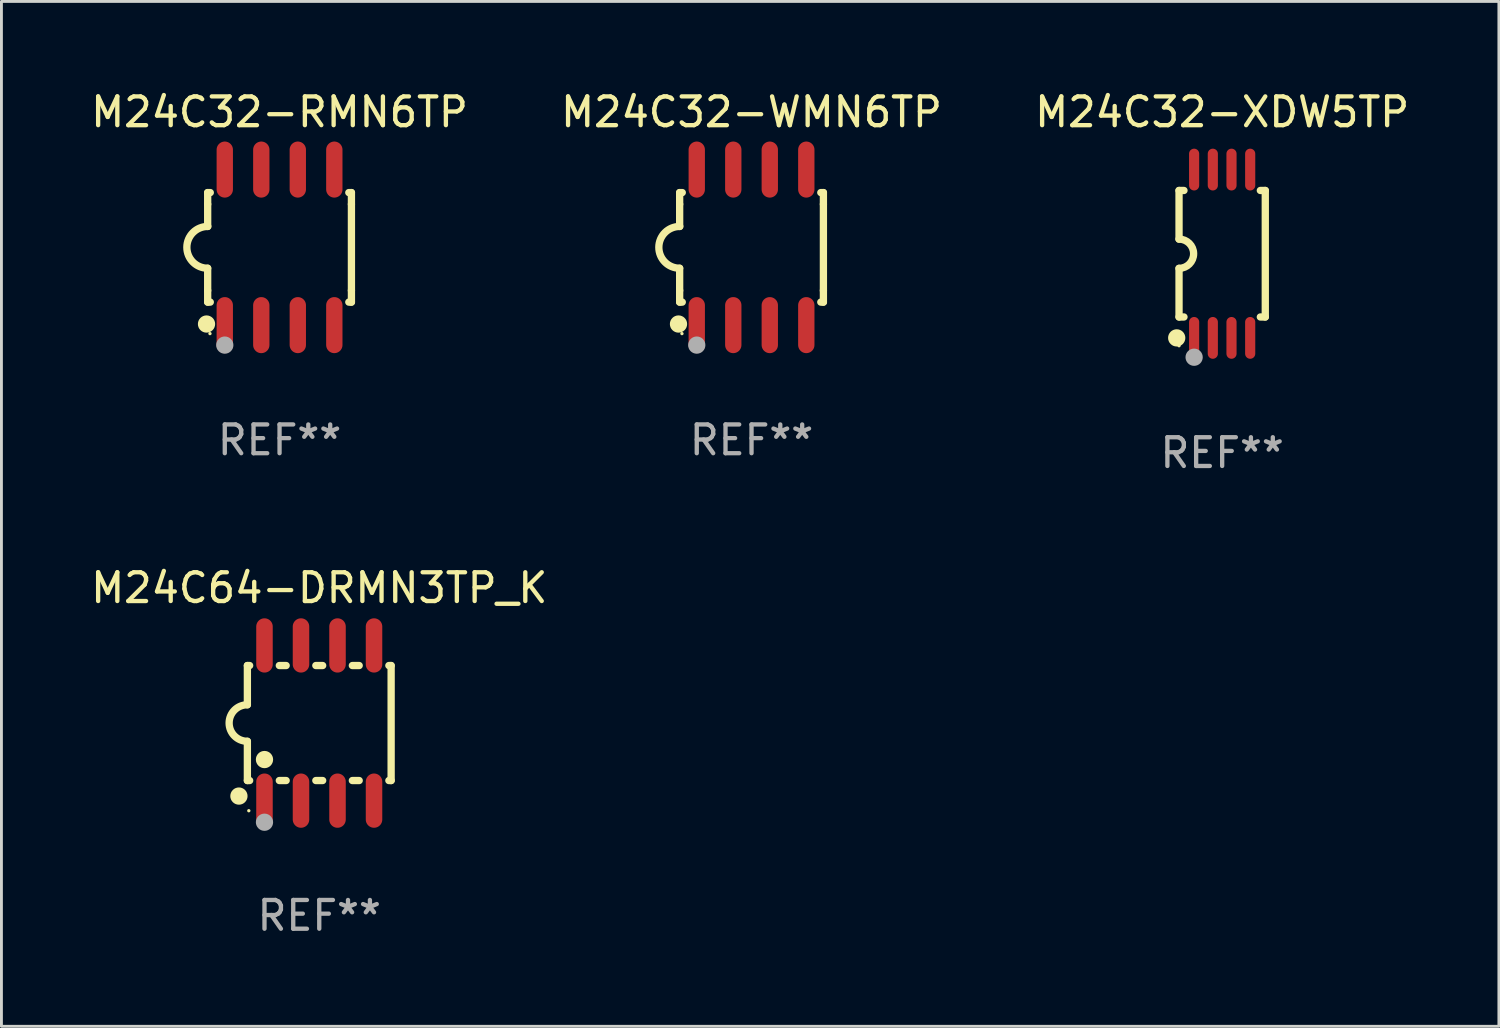
<source format=kicad_pcb>
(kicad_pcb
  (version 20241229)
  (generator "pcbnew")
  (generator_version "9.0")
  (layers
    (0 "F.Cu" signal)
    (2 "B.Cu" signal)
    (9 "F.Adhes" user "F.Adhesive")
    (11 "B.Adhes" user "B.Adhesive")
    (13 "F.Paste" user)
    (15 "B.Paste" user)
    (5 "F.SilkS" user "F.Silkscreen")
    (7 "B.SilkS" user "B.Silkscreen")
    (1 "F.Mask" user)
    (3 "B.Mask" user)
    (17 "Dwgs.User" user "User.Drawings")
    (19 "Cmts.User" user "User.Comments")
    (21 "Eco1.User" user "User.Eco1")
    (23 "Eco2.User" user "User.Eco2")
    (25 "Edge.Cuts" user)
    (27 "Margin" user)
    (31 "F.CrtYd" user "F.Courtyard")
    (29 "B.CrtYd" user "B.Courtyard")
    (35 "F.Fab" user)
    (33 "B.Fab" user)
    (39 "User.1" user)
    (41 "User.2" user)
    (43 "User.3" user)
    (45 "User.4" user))
  (footprint "M24C64-DRMN3TP_K"
    (layer "F.Cu")
    (at 8.054 22.098)
    (property "Reference" "M24C64-DRMN3TP_K" (at 0 -4.699 0) (layer "F.SilkS") (effects (font (size 1 1) (thickness 0.15))))
    (attr through_hole)
    (fp_line (start -2.5 -2) (end -2.5 -0.635) (stroke (width 0.254) (type solid)) (layer "F.SilkS"))
    (fp_line (start -2.5 -2) (end -2.421 -2) (stroke (width 0.254) (type solid)) (layer "F.SilkS"))
    (fp_line (start -2.5 2) (end -2.5 0.635) (stroke (width 0.254) (type solid)) (layer "F.SilkS"))
    (fp_line (start -2.5 2) (end -2.421 2) (stroke (width 0.254) (type solid)) (layer "F.SilkS"))
    (fp_line (start -1.389 -2) (end -1.151 -2) (stroke (width 0.254) (type solid)) (layer "F.SilkS"))
    (fp_line (start -1.389 2) (end -1.151 2) (stroke (width 0.254) (type solid)) (layer "F.SilkS"))
    (fp_line (start -0.119 -2) (end 0.119 -2) (stroke (width 0.254) (type solid)) (layer "F.SilkS"))
    (fp_line (start -0.119 2) (end 0.119 2) (stroke (width 0.254) (type solid)) (layer "F.SilkS"))
    (fp_line (start 1.151 -2) (end 1.389 -2) (stroke (width 0.254) (type solid)) (layer "F.SilkS"))
    (fp_line (start 1.151 2) (end 1.389 2) (stroke (width 0.254) (type solid)) (layer "F.SilkS"))
    (fp_line (start 2.421 -2) (end 2.5 -2) (stroke (width 0.254) (type solid)) (layer "F.SilkS"))
    (fp_line (start 2.421 2) (end 2.5 2) (stroke (width 0.254) (type solid)) (layer "F.SilkS"))
    (fp_line (start 2.5 -2) (end 2.5 2) (stroke (width 0.254) (type solid)) (layer "F.SilkS"))
    (fp_arc (start -2.5 0.635001) (mid -3.134366 -0.000318) (end -2.499365 -0.635001) (stroke (width 0.254001) (type solid)) (layer "F.SilkS"))
    (fp_circle (center -2.794 2.54) (end -2.644 2.54) (stroke (width 0.3) (type solid)) (fill no) (layer "F.SilkS"))
    (fp_circle (center -2.45 3.05) (end -2.42 3.05) (stroke (width 0.06) (type solid)) (fill no) (layer "F.SilkS"))
    (fp_circle (center -1.905 1.27) (end -1.755 1.27) (stroke (width 0.3) (type solid)) (fill no) (layer "F.SilkS"))
    (fp_circle (center -1.905 3.45) (end -1.755 3.45) (stroke (width 0.3) (type solid)) (fill no) (layer "F.Fab"))
    (fp_text user "REF**" (at 0 6.699 0) (layer "F.Fab") (effects (font (size 1 1) (thickness 0.15))))
    (pad "1" smd oval (at -1.905 2.699) (size 0.574 1.888) (layers "F.Cu" "F.Mask" "F.Paste"))
    (pad "2" smd oval (at -0.635 2.699) (size 0.574 1.888) (layers "F.Cu" "F.Mask" "F.Paste"))
    (pad "3" smd oval (at 0.635 2.699) (size 0.574 1.888) (layers "F.Cu" "F.Mask" "F.Paste"))
    (pad "4" smd oval (at 1.905 2.699) (size 0.574 1.888) (layers "F.Cu" "F.Mask" "F.Paste"))
    (pad "5" smd oval (at 1.905 -2.699) (size 0.574 1.888) (layers "F.Cu" "F.Mask" "F.Paste"))
    (pad "6" smd oval (at 0.635 -2.699) (size 0.574 1.888) (layers "F.Cu" "F.Mask" "F.Paste"))
    (pad "7" smd oval (at -0.635 -2.699) (size 0.574 1.888) (layers "F.Cu" "F.Mask" "F.Paste"))
    (pad "8" smd oval (at -1.905 -2.699) (size 0.574 1.888) (layers "F.Cu" "F.Mask" "F.Paste")))
  (footprint "M24C32-WMN6TP"
    (layer "F.Cu")
    (at 23.089 5.553)
    (property "Reference" "M24C32-WMN6TP" (at 0 -4.705 0) (layer "F.SilkS") (effects (font (size 1 1) (thickness 0.15))))
    (attr through_hole)
    (fp_line (start -2.5 -1.905) (end -2.409 -1.905) (stroke (width 0.254) (type solid)) (layer "F.SilkS"))
    (fp_line (start -2.5 -1.5) (end -2.5 -1.905) (stroke (width 0.254) (type solid)) (layer "F.SilkS"))
    (fp_line (start -2.5 -1.5) (end -2.5 -0.726) (stroke (width 0.254) (type solid)) (layer "F.SilkS"))
    (fp_line (start -2.5 1.5) (end -2.5 0.727) (stroke (width 0.254) (type solid)) (layer "F.SilkS"))
    (fp_line (start -2.5 1.5) (end -2.5 1.905) (stroke (width 0.254) (type solid)) (layer "F.SilkS"))
    (fp_line (start -2.5 1.905) (end -2.409 1.905) (stroke (width 0.254) (type solid)) (layer "F.SilkS"))
    (fp_line (start 2.5 -1.905) (end 2.409 -1.905) (stroke (width 0.254) (type solid)) (layer "F.SilkS"))
    (fp_line (start 2.5 -1.5) (end 2.5 -1.905) (stroke (width 0.254) (type solid)) (layer "F.SilkS"))
    (fp_line (start 2.5 -1.5) (end 2.5 1.5) (stroke (width 0.254) (type solid)) (layer "F.SilkS"))
    (fp_line (start 2.5 1.5) (end 2.5 1.905) (stroke (width 0.254) (type solid)) (layer "F.SilkS"))
    (fp_line (start 2.5 1.905) (end 2.409 1.905) (stroke (width 0.254) (type solid)) (layer "F.SilkS"))
    (fp_arc (start -2.5 0.726568) (mid -3.220316 -0.0023) (end -2.495097 -0.726289) (stroke (width 0.254001) (type solid)) (layer "F.SilkS"))
    (fp_circle (center -2.54 2.667) (end -2.39 2.667) (stroke (width 0.3) (type solid)) (fill no) (layer "F.SilkS"))
    (fp_circle (center -2.42 3) (end -2.39 3) (stroke (width 0.06) (type solid)) (fill no) (layer "F.SilkS"))
    (fp_circle (center -1.905 3.4) (end -1.755 3.4) (stroke (width 0.3) (type solid)) (fill no) (layer "F.Fab"))
    (fp_text user "REF**" (at 0 6.705 0) (layer "F.Fab") (effects (font (size 1 1) (thickness 0.15))))
    (pad "1" smd oval (at -1.905 2.705) (size 0.568 1.95) (layers "F.Cu" "F.Mask" "F.Paste"))
    (pad "2" smd oval (at -0.635 2.705) (size 0.568 1.95) (layers "F.Cu" "F.Mask" "F.Paste"))
    (pad "3" smd oval (at 0.635 2.705) (size 0.568 1.95) (layers "F.Cu" "F.Mask" "F.Paste"))
    (pad "4" smd oval (at 1.905 2.705) (size 0.568 1.95) (layers "F.Cu" "F.Mask" "F.Paste"))
    (pad "5" smd oval (at 1.905 -2.705) (size 0.568 1.95) (layers "F.Cu" "F.Mask" "F.Paste"))
    (pad "6" smd oval (at 0.635 -2.705) (size 0.568 1.95) (layers "F.Cu" "F.Mask" "F.Paste"))
    (pad "7" smd oval (at -0.635 -2.705) (size 0.568 1.95) (layers "F.Cu" "F.Mask" "F.Paste"))
    (pad "8" smd oval (at -1.905 -2.705) (size 0.568 1.95) (layers "F.Cu" "F.Mask" "F.Paste")))
  (footprint "M24C32-RMN6TP"
    (layer "F.Cu")
    (at 6.673 5.553)
    (property "Reference" "M24C32-RMN6TP" (at 0 -4.705 0) (layer "F.SilkS") (effects (font (size 1 1) (thickness 0.15))))
    (attr through_hole)
    (fp_line (start -2.5 -1.905) (end -2.409 -1.905) (stroke (width 0.254) (type solid)) (layer "F.SilkS"))
    (fp_line (start -2.5 -1.5) (end -2.5 -1.905) (stroke (width 0.254) (type solid)) (layer "F.SilkS"))
    (fp_line (start -2.5 -1.5) (end -2.5 -0.726) (stroke (width 0.254) (type solid)) (layer "F.SilkS"))
    (fp_line (start -2.5 1.5) (end -2.5 0.727) (stroke (width 0.254) (type solid)) (layer "F.SilkS"))
    (fp_line (start -2.5 1.5) (end -2.5 1.905) (stroke (width 0.254) (type solid)) (layer "F.SilkS"))
    (fp_line (start -2.5 1.905) (end -2.409 1.905) (stroke (width 0.254) (type solid)) (layer "F.SilkS"))
    (fp_line (start 2.5 -1.905) (end 2.409 -1.905) (stroke (width 0.254) (type solid)) (layer "F.SilkS"))
    (fp_line (start 2.5 -1.5) (end 2.5 -1.905) (stroke (width 0.254) (type solid)) (layer "F.SilkS"))
    (fp_line (start 2.5 -1.5) (end 2.5 1.5) (stroke (width 0.254) (type solid)) (layer "F.SilkS"))
    (fp_line (start 2.5 1.5) (end 2.5 1.905) (stroke (width 0.254) (type solid)) (layer "F.SilkS"))
    (fp_line (start 2.5 1.905) (end 2.409 1.905) (stroke (width 0.254) (type solid)) (layer "F.SilkS"))
    (fp_arc (start -2.5 0.726568) (mid -3.220316 -0.0023) (end -2.495097 -0.726289) (stroke (width 0.254001) (type solid)) (layer "F.SilkS"))
    (fp_circle (center -2.54 2.667) (end -2.39 2.667) (stroke (width 0.3) (type solid)) (fill no) (layer "F.SilkS"))
    (fp_circle (center -2.42 3) (end -2.39 3) (stroke (width 0.06) (type solid)) (fill no) (layer "F.SilkS"))
    (fp_circle (center -1.905 3.4) (end -1.755 3.4) (stroke (width 0.3) (type solid)) (fill no) (layer "F.Fab"))
    (fp_text user "REF**" (at 0 6.705 0) (layer "F.Fab") (effects (font (size 1 1) (thickness 0.15))))
    (pad "1" smd oval (at -1.905 2.705) (size 0.568 1.95) (layers "F.Cu" "F.Mask" "F.Paste"))
    (pad "2" smd oval (at -0.635 2.705) (size 0.568 1.95) (layers "F.Cu" "F.Mask" "F.Paste"))
    (pad "3" smd oval (at 0.635 2.705) (size 0.568 1.95) (layers "F.Cu" "F.Mask" "F.Paste"))
    (pad "4" smd oval (at 1.905 2.705) (size 0.568 1.95) (layers "F.Cu" "F.Mask" "F.Paste"))
    (pad "5" smd oval (at 1.905 -2.705) (size 0.568 1.95) (layers "F.Cu" "F.Mask" "F.Paste"))
    (pad "6" smd oval (at 0.635 -2.705) (size 0.568 1.95) (layers "F.Cu" "F.Mask" "F.Paste"))
    (pad "7" smd oval (at -0.635 -2.705) (size 0.568 1.95) (layers "F.Cu" "F.Mask" "F.Paste"))
    (pad "8" smd oval (at -1.905 -2.705) (size 0.568 1.95) (layers "F.Cu" "F.Mask" "F.Paste")))
  (footprint "M24C32-XDW5TP"
    (layer "F.Cu")
    (at 39.458 5.775)
    (property "Reference" "M24C32-XDW5TP" (at 0 -4.927 0) (layer "F.SilkS") (effects (font (size 1 1) (thickness 0.15))))
    (attr through_hole)
    (fp_line (start -1.5 -2.2) (end -1.5 -0.508) (stroke (width 0.254) (type solid)) (layer "F.SilkS"))
    (fp_line (start -1.5 -2.2) (end -1.328 -2.2) (stroke (width 0.254) (type solid)) (layer "F.SilkS"))
    (fp_line (start -1.5 2.2) (end -1.5 0.508) (stroke (width 0.254) (type solid)) (layer "F.SilkS"))
    (fp_line (start -1.5 2.2) (end -1.328 2.2) (stroke (width 0.254) (type solid)) (layer "F.SilkS"))
    (fp_line (start 1.328 -2.2) (end 1.5 -2.2) (stroke (width 0.254) (type solid)) (layer "F.SilkS"))
    (fp_line (start 1.328 2.2) (end 1.5 2.2) (stroke (width 0.254) (type solid)) (layer "F.SilkS"))
    (fp_line (start 1.5 -2.2) (end 1.5 2.2) (stroke (width 0.254) (type solid)) (layer "F.SilkS"))
    (fp_arc (start -1.501144 -0.508) (mid -0.993143 -0.000571) (end -1.5 0.508001) (stroke (width 0.254001) (type solid)) (layer "F.SilkS"))
    (fp_circle (center -1.581 2.927) (end -1.431 2.927) (stroke (width 0.3) (type solid)) (fill no) (layer "F.SilkS"))
    (fp_circle (center -1.5 3.2) (end -1.47 3.2) (stroke (width 0.06) (type solid)) (fill no) (layer "F.SilkS"))
    (fp_circle (center -0.975 3.6) (end -0.825 3.6) (stroke (width 0.3) (type solid)) (fill no) (layer "F.Fab"))
    (fp_text user "REF**" (at 0 6.927 0) (layer "F.Fab") (effects (font (size 1 1) (thickness 0.15))))
    (pad "1" smd oval (at -0.975 2.927) (size 0.353 1.454) (layers "F.Cu" "F.Mask" "F.Paste"))
    (pad "2" smd oval (at -0.325 2.927) (size 0.353 1.454) (layers "F.Cu" "F.Mask" "F.Paste"))
    (pad "3" smd oval (at 0.325 2.927) (size 0.353 1.454) (layers "F.Cu" "F.Mask" "F.Paste"))
    (pad "4" smd oval (at 0.975 2.927) (size 0.353 1.454) (layers "F.Cu" "F.Mask" "F.Paste"))
    (pad "5" smd oval (at 0.975 -2.927) (size 0.353 1.454) (layers "F.Cu" "F.Mask" "F.Paste"))
    (pad "6" smd oval (at 0.325 -2.927) (size 0.353 1.454) (layers "F.Cu" "F.Mask" "F.Paste"))
    (pad "7" smd oval (at -0.325 -2.927) (size 0.353 1.454) (layers "F.Cu" "F.Mask" "F.Paste"))
    (pad "8" smd oval (at -0.975 -2.927) (size 0.353 1.454) (layers "F.Cu" "F.Mask" "F.Paste")))
  (gr_rect
    (start -3 -3)
    (end 49.083 32.645)
    (stroke (width 0.1) (type default))
    (fill no)
    (layer "Edge.Cuts")))
</source>
